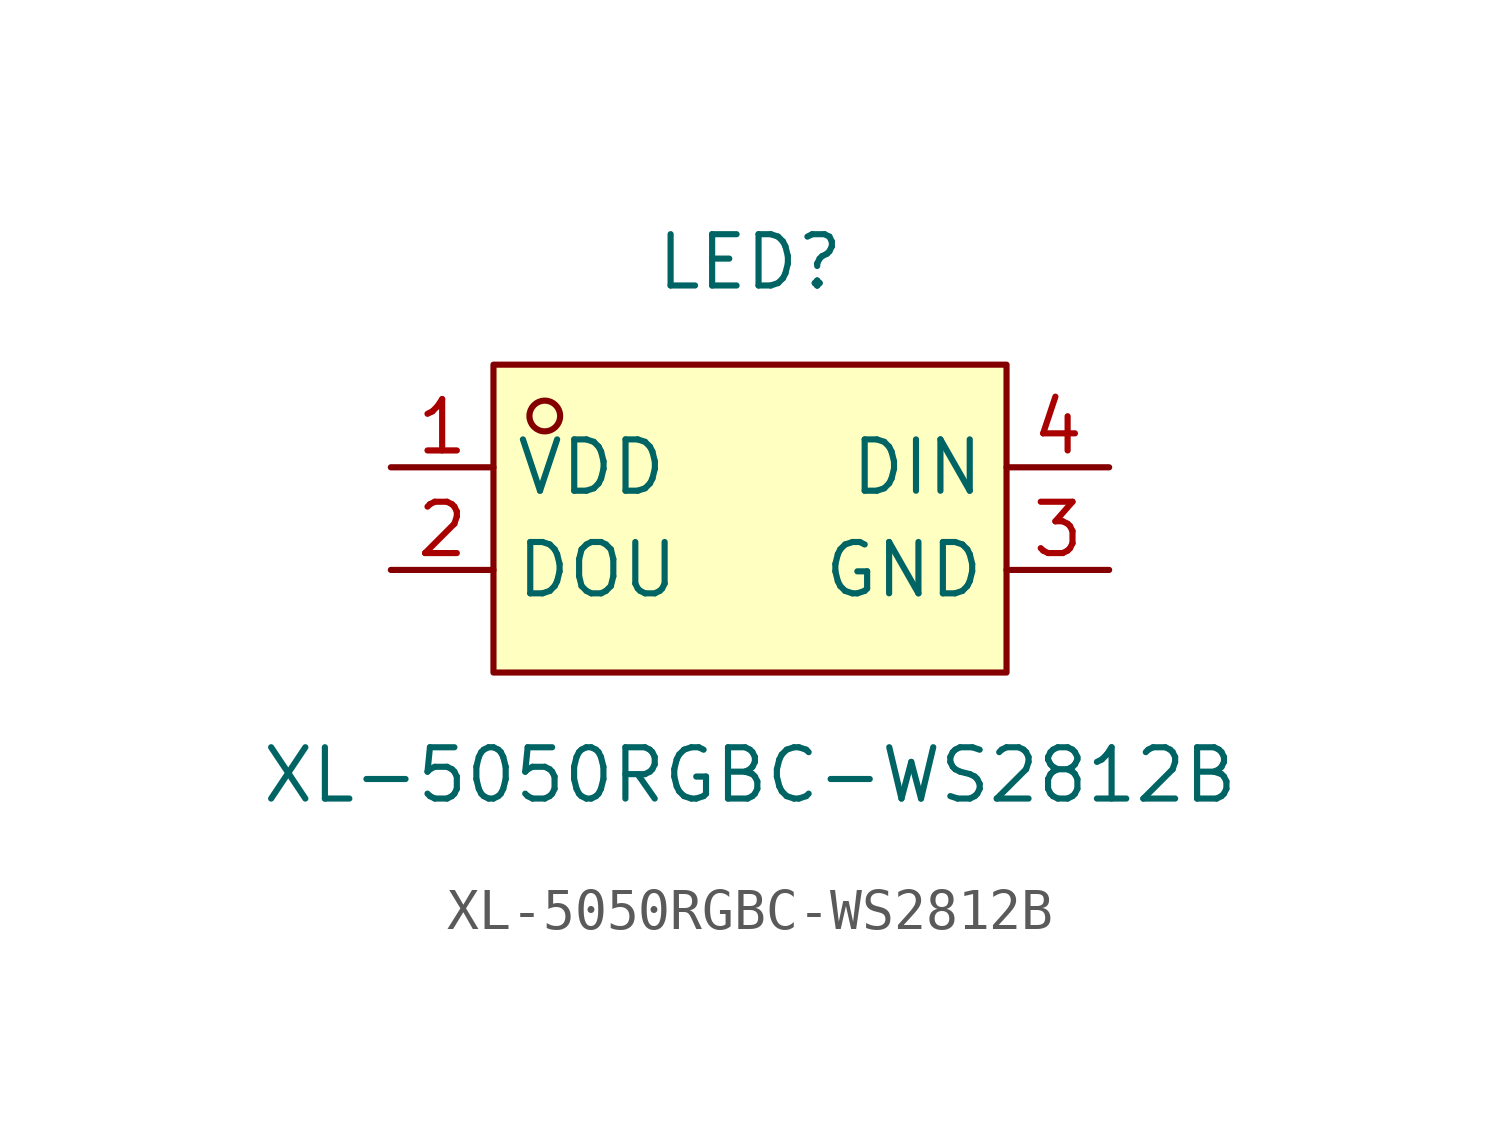
<source format=kicad_sym>
(kicad_symbol_lib
  (version 20211014)
  (generator https://github.com/uPesy/easyeda2kicad.py)
  (symbol "XL-5050RGBC-WS2812B"
    (property "Reference" "LED"
      (at 0 6.35 0)
      (effects (font (size 1.27 1.27))))
    (property "Value" "XL-5050RGBC-WS2812B"
      (at 0 -6.35 0)
      (effects (font (size 1.27 1.27))))
    (symbol "XL-5050RGBC-WS2812B_0_1"
      (rectangle (start -6.35 3.81) (end 6.35 -3.81) (stroke (width 0) (type default) (color 0 0 0 0)) (fill (type background)))
      (circle (center -5.08 2.54) (radius 0.38) (stroke (width 0) (type default) (color 0 0 0 0)) (fill (type none)))
      (pin unspecified line (at -8.89 1.27 0) (length 2.54) (name "VDD" (effects (font (size 1.27 1.27)))) (number "1" (effects (font (size 1.27 1.27)))))
      (pin unspecified line (at -8.89 -1.27 0) (length 2.54) (name "DOU" (effects (font (size 1.27 1.27)))) (number "2" (effects (font (size 1.27 1.27)))))
      (pin unspecified line (at 8.89 -1.27 180) (length 2.54) (name "GND" (effects (font (size 1.27 1.27)))) (number "3" (effects (font (size 1.27 1.27)))))
      (pin unspecified line (at 8.89 1.27 180) (length 2.54) (name "DIN" (effects (font (size 1.27 1.27)))) (number "4" (effects (font (size 1.27 1.27))))))))
</source>
